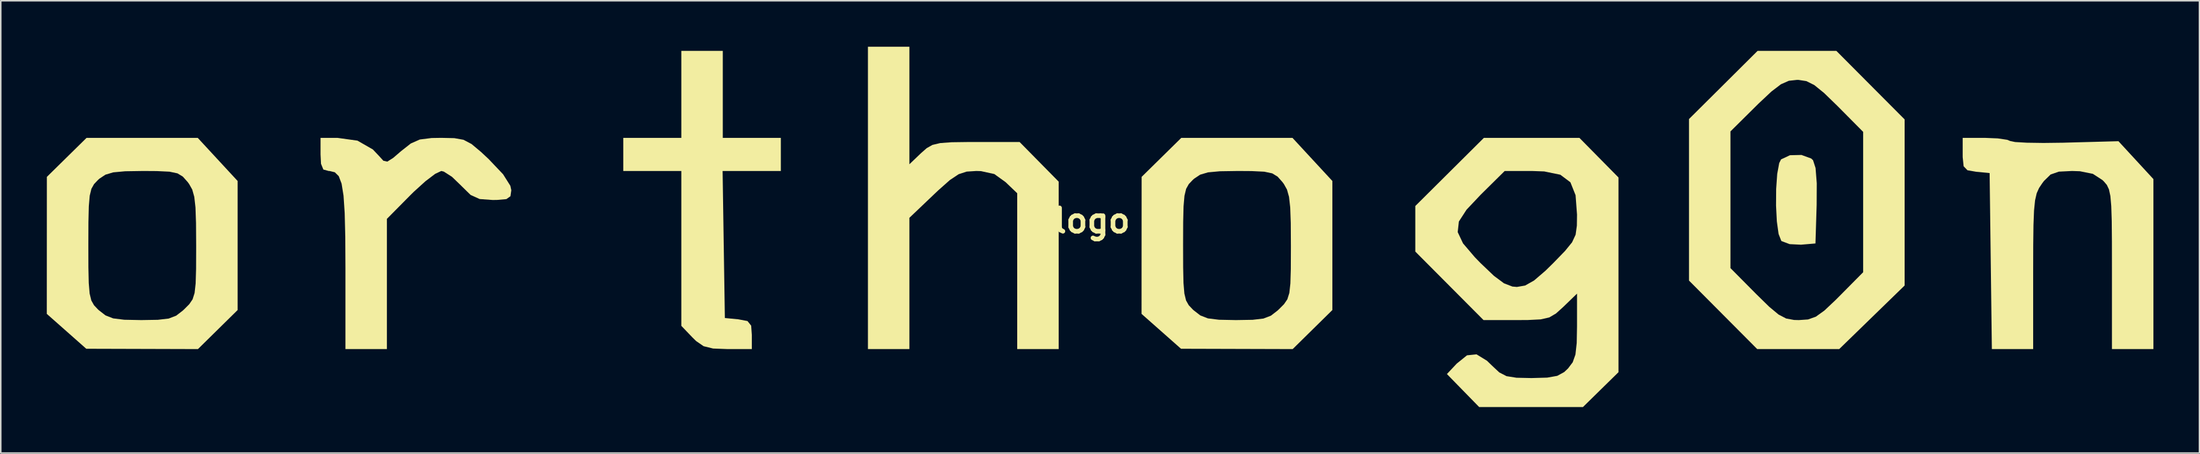
<source format=kicad_pcb>
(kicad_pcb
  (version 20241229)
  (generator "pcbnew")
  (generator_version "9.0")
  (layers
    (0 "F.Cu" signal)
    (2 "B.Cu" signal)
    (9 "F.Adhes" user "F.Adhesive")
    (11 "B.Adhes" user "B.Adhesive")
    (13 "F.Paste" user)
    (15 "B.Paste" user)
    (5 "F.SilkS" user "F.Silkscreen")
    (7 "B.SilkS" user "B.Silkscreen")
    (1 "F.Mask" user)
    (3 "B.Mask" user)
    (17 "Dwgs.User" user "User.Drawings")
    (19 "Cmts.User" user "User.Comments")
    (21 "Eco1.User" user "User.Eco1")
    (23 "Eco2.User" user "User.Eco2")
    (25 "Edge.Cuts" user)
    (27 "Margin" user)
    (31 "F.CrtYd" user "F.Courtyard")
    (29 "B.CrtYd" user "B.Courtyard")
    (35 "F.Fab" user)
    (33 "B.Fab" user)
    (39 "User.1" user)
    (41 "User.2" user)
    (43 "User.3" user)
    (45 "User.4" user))
  (footprint "logo"
    (layer "F.Cu")
    (at 68.098 11.349)
    (property "Reference" "logo" (at 0 0 0) (layer "F.SilkS") (effects (font (size 1.524 1.524) (thickness 0.3))))
    (attr board_only exclude_from_pos_files exclude_from_bom)
    (fp_poly (pts (xy 46.874 -4.058) (xy 46.994 -3.945) (xy 47.158 -3.439) (xy 47.237 -2.44) (xy 47.23 -1.041) (xy 47.152 1.486) (xy 46.205 1.566) (xy 45.472 1.53) (xy 44.952 1.336) (xy 44.922 1.309) (xy 44.749 0.865) (xy 44.636 0.046) (xy 44.583 -0.987) (xy 44.591 -2.073) (xy 44.66 -3.051) (xy 44.79 -3.759) (xy 44.909 -3.999) (xy 45.491 -4.272) (xy 46.241 -4.289)) (stroke (width 0) (type solid)) (fill yes) (layer "F.SilkS"))
    (fp_poly (pts (xy -24.049 -5.404) (xy -20.266 -5.404) (xy -20.266 -3.243) (xy -24.061 -3.243) (xy -23.988 1.554) (xy -23.914 6.35) (xy -23.036 6.435) (xy -22.44 6.548) (xy -22.2 6.848) (xy -22.157 7.448) (xy -22.157 8.377) (xy -23.728 8.377) (xy -24.68 8.341) (xy -25.299 8.189) (xy -25.788 7.852) (xy -26.025 7.619) (xy -26.751 6.861) (xy -26.751 -3.243) (xy -30.534 -3.243) (xy -30.534 -5.404) (xy -26.751 -5.404) (xy -26.751 -11.079) (xy -24.049 -11.079)) (stroke (width 0) (type solid)) (fill yes) (layer "F.SilkS"))
    (fp_poly (pts (xy -11.889 -3.682) (xy -11.131 -4.408) (xy -10.762 -4.733) (xy -10.388 -4.944) (xy -9.885 -5.064) (xy -9.13 -5.119) (xy -7.997 -5.134) (xy -7.541 -5.134) (xy -4.708 -5.134) (xy -2.162 -2.548) (xy -2.162 8.377) (xy -4.864 8.377) (xy -4.864 -1.79) (xy -5.622 -2.516) (xy -6.356 -3.044) (xy -7.226 -3.234) (xy -7.533 -3.243) (xy -8.157 -3.203) (xy -8.681 -3.033) (xy -9.25 -2.653) (xy -10.004 -1.984) (xy -10.288 -1.715) (xy -11.889 -0.188) (xy -11.889 8.377) (xy -14.591 8.377) (xy -14.591 -11.349) (xy -11.889 -11.349)) (stroke (width 0) (type solid)) (fill yes) (layer "F.SilkS"))
    (fp_poly (pts (xy 50.738 -8.844) (xy 52.962 -6.609) (xy 52.962 4.23) (xy 50.831 6.303) (xy 48.7 8.377) (xy 43.357 8.377) (xy 41.134 6.142) (xy 38.911 3.907) (xy 38.911 3.093) (xy 41.613 3.093) (xy 43.294 4.789) (xy 44.139 5.617) (xy 44.746 6.122) (xy 45.244 6.383) (xy 45.759 6.477) (xy 46.072 6.485) (xy 46.669 6.444) (xy 47.176 6.264) (xy 47.73 5.867) (xy 48.471 5.168) (xy 48.714 4.924) (xy 50.26 3.362) (xy 50.26 -5.795) (xy 48.579 -7.491) (xy 47.71 -8.335) (xy 47.077 -8.848) (xy 46.562 -9.106) (xy 46.046 -9.186) (xy 45.951 -9.187) (xy 45.42 -9.129) (xy 44.904 -8.902) (xy 44.286 -8.431) (xy 43.446 -7.642) (xy 43.309 -7.506) (xy 41.613 -5.825) (xy 41.613 3.093) (xy 38.911 3.093) (xy 38.911 -6.632) (xy 41.146 -8.855) (xy 43.38 -11.079) (xy 48.515 -11.079)) (stroke (width 0) (type solid)) (fill yes) (layer "F.SilkS"))
    (fp_poly (pts (xy 59.032 -5.369) (xy 59.645 -5.278) (xy 59.83 -5.202) (xy 60.163 -5.132) (xy 60.926 -5.088) (xy 62.01 -5.072) (xy 63.306 -5.088) (xy 63.464 -5.093) (xy 66.896 -5.186) (xy 68.035 -3.95) (xy 69.174 -2.714) (xy 69.174 8.377) (xy 66.472 8.377) (xy 66.472 3.155) (xy 66.47 1.351) (xy 66.458 0.009) (xy 66.427 -0.952) (xy 66.37 -1.609) (xy 66.276 -2.043) (xy 66.139 -2.333) (xy 65.949 -2.557) (xy 65.847 -2.655) (xy 65.228 -3.057) (xy 64.385 -3.226) (xy 63.871 -3.243) (xy 63.01 -3.2) (xy 62.472 -3.012) (xy 62.042 -2.591) (xy 61.93 -2.443) (xy 61.721 -2.131) (xy 61.568 -1.788) (xy 61.462 -1.327) (xy 61.395 -0.665) (xy 61.358 0.284) (xy 61.342 1.604) (xy 61.338 3.367) (xy 61.338 8.377) (xy 58.647 8.377) (xy 58.574 2.635) (xy 58.501 -3.107) (xy 57.623 -3.192) (xy 57.056 -3.291) (xy 56.807 -3.551) (xy 56.746 -4.143) (xy 56.745 -4.341) (xy 56.745 -5.404) (xy 58.186 -5.404)) (stroke (width 0) (type solid)) (fill yes) (layer "F.SilkS"))
    (fp_poly (pts (xy -47.855 -5.223) (xy -46.851 -4.647) (xy -46.453 -4.227) (xy -46.165 -3.91) (xy -45.908 -3.855) (xy -45.526 -4.097) (xy -45.014 -4.537) (xy -44.379 -5.037) (xy -43.792 -5.297) (xy -43.025 -5.394) (xy -42.398 -5.404) (xy -41.545 -5.386) (xy -40.946 -5.279) (xy -40.421 -5.002) (xy -39.792 -4.475) (xy -39.3 -4.014) (xy -38.366 -3.029) (xy -37.892 -2.277) (xy -37.83 -1.987) (xy -37.886 -1.595) (xy -38.15 -1.408) (xy -38.766 -1.353) (xy -39.054 -1.351) (xy -39.893 -1.413) (xy -40.483 -1.681) (xy -41.091 -2.277) (xy -41.109 -2.297) (xy -41.699 -2.865) (xy -42.227 -3.203) (xy -42.392 -3.243) (xy -42.785 -3.06) (xy -43.424 -2.575) (xy -44.187 -1.883) (xy -44.391 -1.681) (xy -45.936 -0.119) (xy -45.936 8.377) (xy -48.638 8.377) (xy -48.638 3.09) (xy -48.649 1.056) (xy -48.687 -0.498) (xy -48.763 -1.636) (xy -48.889 -2.417) (xy -49.074 -2.905) (xy -49.329 -3.159) (xy -49.665 -3.241) (xy -49.729 -3.243) (xy -50.077 -3.337) (xy -50.23 -3.712) (xy -50.26 -4.323) (xy -50.26 -5.404) (xy -49.161 -5.404)) (stroke (width 0) (type solid)) (fill yes) (layer "F.SilkS"))
    (fp_poly (pts (xy -55.664 -2.591) (xy -55.664 5.83) (xy -58.249 8.377) (xy -65.527 8.356) (xy -66.812 7.218) (xy -68.098 6.08) (xy -68.096 1.611) (xy -68.096 1.57) (xy -65.391 1.57) (xy -65.388 3.038) (xy -65.365 4.066) (xy -65.307 4.754) (xy -65.198 5.204) (xy -65.022 5.516) (xy -64.763 5.79) (xy -64.702 5.846) (xy -64.271 6.18) (xy -63.774 6.374) (xy -63.052 6.463) (xy -61.948 6.485) (xy -61.947 6.485) (xy -60.862 6.467) (xy -60.155 6.385) (xy -59.666 6.197) (xy -59.233 5.862) (xy -59.124 5.759) (xy -58.811 5.443) (xy -58.599 5.132) (xy -58.468 4.718) (xy -58.399 4.095) (xy -58.371 3.158) (xy -58.366 1.799) (xy -58.366 1.607) (xy -58.375 0.156) (xy -58.41 -0.862) (xy -58.488 -1.555) (xy -58.621 -2.031) (xy -58.826 -2.396) (xy -58.926 -2.531) (xy -59.234 -2.876) (xy -59.58 -3.087) (xy -60.099 -3.197) (xy -60.924 -3.237) (xy -61.813 -3.243) (xy -62.991 -3.225) (xy -63.767 -3.154) (xy -64.281 -3.001) (xy -64.672 -2.74) (xy -64.766 -2.655) (xy -65.019 -2.388) (xy -65.192 -2.079) (xy -65.302 -1.627) (xy -65.361 -0.934) (xy -65.386 0.101) (xy -65.391 1.57) (xy -68.096 1.57) (xy -68.094 -2.858) (xy -65.508 -5.404) (xy -58.263 -5.404)) (stroke (width 0) (type solid)) (fill yes) (layer "F.SilkS"))
    (fp_poly (pts (xy 15.672 -2.591) (xy 15.672 5.83) (xy 13.087 8.377) (xy 5.81 8.356) (xy 4.524 7.218) (xy 3.238 6.08) (xy 3.24 1.611) (xy 3.24 1.57) (xy 5.945 1.57) (xy 5.949 3.038) (xy 5.971 4.066) (xy 6.029 4.754) (xy 6.138 5.204) (xy 6.314 5.516) (xy 6.574 5.79) (xy 6.634 5.846) (xy 7.065 6.18) (xy 7.562 6.374) (xy 8.284 6.463) (xy 9.388 6.485) (xy 9.389 6.485) (xy 10.474 6.467) (xy 11.181 6.385) (xy 11.67 6.197) (xy 12.103 5.862) (xy 12.212 5.759) (xy 12.525 5.443) (xy 12.737 5.132) (xy 12.868 4.718) (xy 12.937 4.095) (xy 12.965 3.158) (xy 12.97 1.799) (xy 12.97 1.607) (xy 12.962 0.156) (xy 12.926 -0.862) (xy 12.848 -1.555) (xy 12.715 -2.031) (xy 12.511 -2.396) (xy 12.41 -2.531) (xy 12.102 -2.876) (xy 11.756 -3.087) (xy 11.237 -3.197) (xy 10.412 -3.237) (xy 9.523 -3.243) (xy 8.345 -3.225) (xy 7.569 -3.154) (xy 7.055 -3.001) (xy 6.664 -2.74) (xy 6.57 -2.655) (xy 6.317 -2.388) (xy 6.144 -2.079) (xy 6.035 -1.627) (xy 5.975 -0.934) (xy 5.95 0.101) (xy 5.945 1.57) (xy 3.24 1.57) (xy 3.243 -2.858) (xy 4.535 -4.131) (xy 5.828 -5.404) (xy 13.073 -5.404)) (stroke (width 0) (type solid)) (fill yes) (layer "F.SilkS"))
    (fp_poly (pts (xy 33.044 -4.111) (xy 34.317 -2.819) (xy 34.317 9.885) (xy 33.158 11.022) (xy 32 12.16) (xy 25.239 12.16) (xy 24.188 11.083) (xy 23.137 10.006) (xy 23.775 9.326) (xy 24.445 8.784) (xy 25.066 8.72) (xy 25.749 9.14) (xy 26.076 9.457) (xy 26.549 9.899) (xy 27.019 10.143) (xy 27.668 10.247) (xy 28.646 10.268) (xy 29.673 10.239) (xy 30.328 10.123) (xy 30.78 9.876) (xy 31.027 9.643) (xy 31.333 9.238) (xy 31.512 8.733) (xy 31.595 7.979) (xy 31.615 6.888) (xy 31.615 4.758) (xy 30.724 5.621) (xy 30.245 6.054) (xy 29.806 6.312) (xy 29.247 6.439) (xy 28.407 6.481) (xy 27.678 6.485) (xy 25.523 6.485) (xy 23.3 4.25) (xy 21.077 2.015) (xy 21.077 0.745) (xy 23.84 0.745) (xy 24.186 1.479) (xy 24.955 2.382) (xy 25.324 2.762) (xy 26.201 3.599) (xy 26.856 4.086) (xy 27.403 4.297) (xy 27.697 4.323) (xy 28.232 4.231) (xy 28.814 3.904) (xy 29.555 3.268) (xy 30.07 2.762) (xy 30.833 1.975) (xy 31.291 1.412) (xy 31.523 0.914) (xy 31.605 0.323) (xy 31.615 -0.396) (xy 31.52 -1.663) (xy 31.184 -2.506) (xy 30.529 -2.998) (xy 29.478 -3.214) (xy 28.671 -3.243) (xy 26.902 -3.243) (xy 25.34 -1.697) (xy 24.416 -0.718) (xy 23.916 0.054) (xy 23.84 0.745) (xy 21.077 0.745) (xy 21.077 -0.958) (xy 23.311 -3.181) (xy 25.546 -5.404) (xy 31.77 -5.404)) (stroke (width 0) (type solid)) (fill yes) (layer "F.SilkS")))
  (gr_rect
    (start -3 -3)
    (end 140.272 26.509)
    (stroke (width 0.1) (type default))
    (fill no)
    (layer "Edge.Cuts")))
</source>
